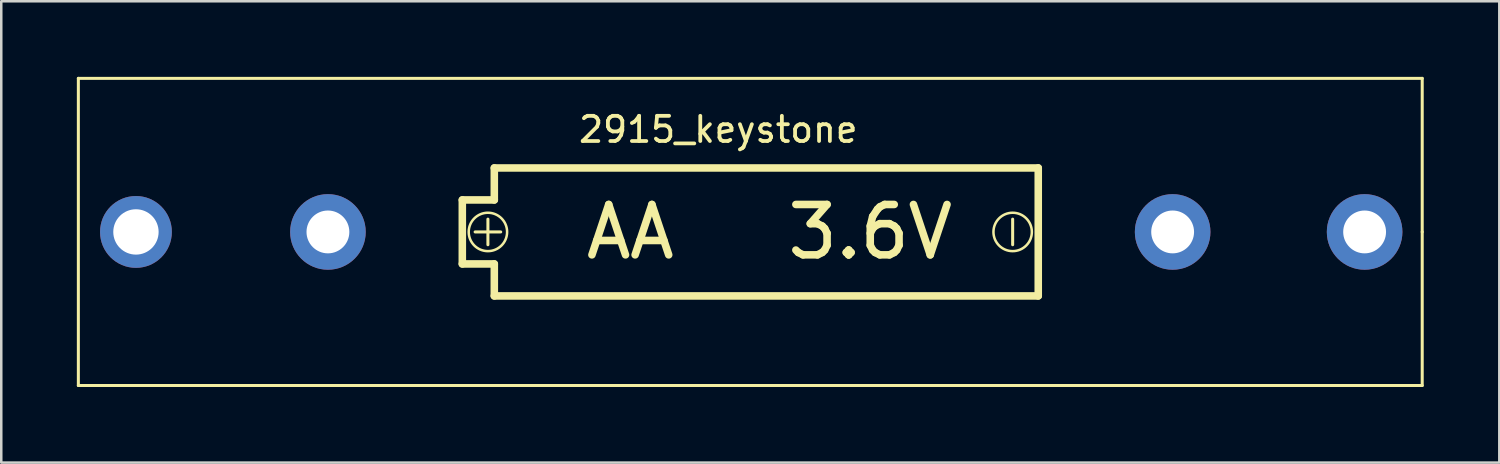
<source format=kicad_pcb>
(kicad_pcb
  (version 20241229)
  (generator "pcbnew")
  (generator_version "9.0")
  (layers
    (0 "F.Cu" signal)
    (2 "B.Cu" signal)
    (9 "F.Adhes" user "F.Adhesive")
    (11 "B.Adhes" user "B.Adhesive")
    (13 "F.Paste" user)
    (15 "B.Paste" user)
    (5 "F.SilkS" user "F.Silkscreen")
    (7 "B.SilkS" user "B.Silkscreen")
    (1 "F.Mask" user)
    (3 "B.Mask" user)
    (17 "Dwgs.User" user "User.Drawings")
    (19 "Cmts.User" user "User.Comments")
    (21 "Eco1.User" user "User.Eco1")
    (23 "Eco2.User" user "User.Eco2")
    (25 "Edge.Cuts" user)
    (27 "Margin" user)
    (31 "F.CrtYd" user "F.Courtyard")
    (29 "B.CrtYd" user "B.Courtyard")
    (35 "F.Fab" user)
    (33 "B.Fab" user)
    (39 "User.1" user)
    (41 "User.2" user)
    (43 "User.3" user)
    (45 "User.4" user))
  (footprint "2915_keystone"
    (layer "F.Cu")
    (at 25.46 6.156)
    (property "Reference" "2915_keystone" (at 0 -4.064 0) (layer "F.SilkS") (effects (font (size 1 1) (thickness 0.15))))
    (attr through_hole)
    (fp_line (start -25.4 -6.096) (end -25.4 6.096) (stroke (width 0.12) (type solid)) (layer "F.SilkS"))
    (fp_line (start -25.4 6.096) (end 27.94 6.096) (stroke (width 0.12) (type solid)) (layer "F.SilkS"))
    (fp_line (start -10.16 -1.27) (end -8.89 -1.27) (stroke (width 0.3) (type solid)) (layer "F.SilkS"))
    (fp_line (start -10.16 1.27) (end -10.16 -1.27) (stroke (width 0.3) (type solid)) (layer "F.SilkS"))
    (fp_line (start -9.652 0) (end -8.636 0) (stroke (width 0.12) (type solid)) (layer "F.SilkS"))
    (fp_line (start -9.144 -0.508) (end -9.144 0.508) (stroke (width 0.12) (type solid)) (layer "F.SilkS"))
    (fp_line (start -8.89 -2.54) (end 12.7 -2.54) (stroke (width 0.3) (type solid)) (layer "F.SilkS"))
    (fp_line (start -8.89 -1.27) (end -8.89 -2.54) (stroke (width 0.3) (type solid)) (layer "F.SilkS"))
    (fp_line (start -8.89 1.27) (end -10.16 1.27) (stroke (width 0.3) (type solid)) (layer "F.SilkS"))
    (fp_line (start -8.89 2.54) (end -8.89 1.27) (stroke (width 0.3) (type solid)) (layer "F.SilkS"))
    (fp_line (start 11.684 -0.508) (end 11.684 0.508) (stroke (width 0.12) (type solid)) (layer "F.SilkS"))
    (fp_line (start 12.7 -2.54) (end 12.7 2.54) (stroke (width 0.3) (type solid)) (layer "F.SilkS"))
    (fp_line (start 12.7 2.54) (end -8.89 2.54) (stroke (width 0.3) (type solid)) (layer "F.SilkS"))
    (fp_line (start 27.94 -6.096) (end -25.4 -6.096) (stroke (width 0.12) (type solid)) (layer "F.SilkS"))
    (fp_line (start 27.94 0) (end 27.94 -6.096) (stroke (width 0.12) (type solid)) (layer "F.SilkS"))
    (fp_line (start 27.94 0) (end 27.94 6.096) (stroke (width 0.12) (type solid)) (layer "F.SilkS"))
    (fp_circle (center -9.144 0) (end -8.382 0) (stroke (width 0.1) (type solid)) (fill no) (layer "F.SilkS"))
    (fp_circle (center 11.684 0) (end 12.446 0) (stroke (width 0.1) (type solid)) (fill no) (layer "F.SilkS"))
    (fp_text user "AA   3.6V" (at 2.032 0 0) (layer "F.SilkS") (effects (font (size 2 2) (thickness 0.3))))
    (pad "1" thru_hole circle (at -23.114 0) (size 2.85 2.85) (drill 1.8) (layers "*.Cu" "*.Mask"))
    (pad "1" thru_hole circle (at -15.494 0) (size 3 3) (drill 1.7) (layers "*.Cu" "*.Mask"))
    (pad "2" thru_hole circle (at 18.034 0) (size 3 3) (drill 1.7) (layers "*.Cu" "*.Mask"))
    (pad "2" thru_hole circle (at 25.654 0) (size 3 3) (drill 1.7) (layers "*.Cu" "*.Mask")))
  (gr_rect
    (start -3 -3)
    (end 56.46 15.312)
    (stroke (width 0.1) (type default))
    (fill no)
    (layer "Edge.Cuts")))
</source>
